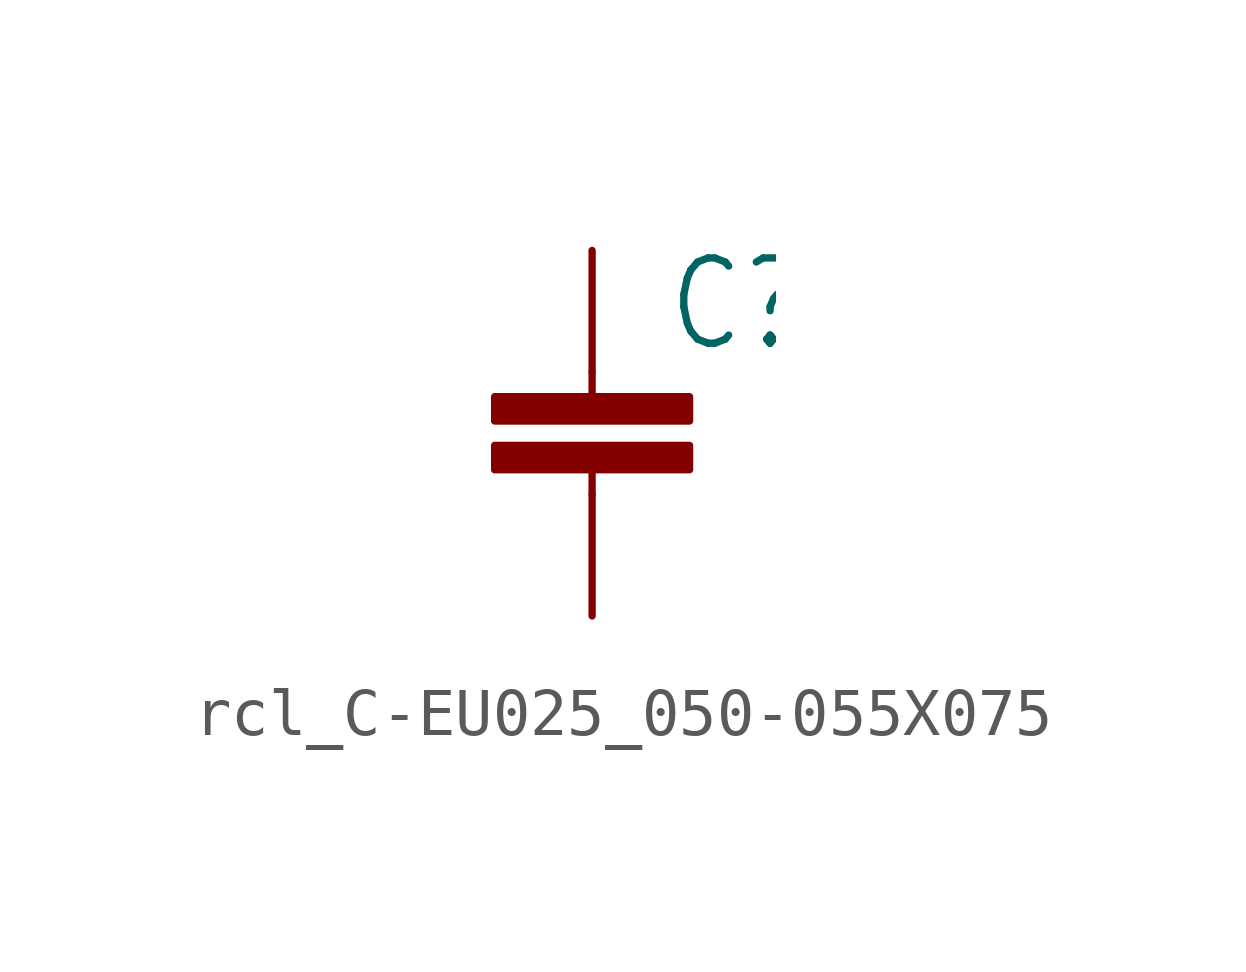
<source format=kicad_sym>
(kicad_symbol_lib
  (version 20241209)
  (generator "kicad_symbol_editor")
  (generator_version "9.0")
  (symbol "rcl_C-EU025_050-055X075"
    (property "Reference" "C"
      (at 1.524 0.381 0)
      (effects (font (size 1.778 1.511)) (justify left bottom)))
    (property "Value" ""
      (at 1.524 -4.699 0)
      (effects (font (size 1.778 1.511)) (justify left bottom)))
    (property "ki_locked" ""
      (at 0 0 0)
      (effects (font (size 1.27 1.27))))
    (symbol "rcl_C-EU025_050-055X075_1_0"
      (rectangle (start -2.032 -1.016) (end 2.032 -0.508) (stroke (width 0) (type default)) (fill (type outline)))
      (rectangle (start -2.032 -2.032) (end 2.032 -1.524) (stroke (width 0) (type default)) (fill (type outline)))
      (polyline (pts (xy 0 0) (xy 0 -0.508)) (stroke (width 0.152) (type solid)) (fill (type none)))
      (polyline (pts (xy 0 -2.54) (xy 0 -2.032)) (stroke (width 0.152) (type solid)) (fill (type none)))
      (pin passive line (at 0 2.54 270) (length 2.54) (name "1" (effects (font (size 0 0)))) (number "1" (effects (font (size 0 0)))))
      (pin passive line (at 0 -5.08 90) (length 2.54) (name "2" (effects (font (size 0 0)))) (number "2" (effects (font (size 0 0))))))))
</source>
